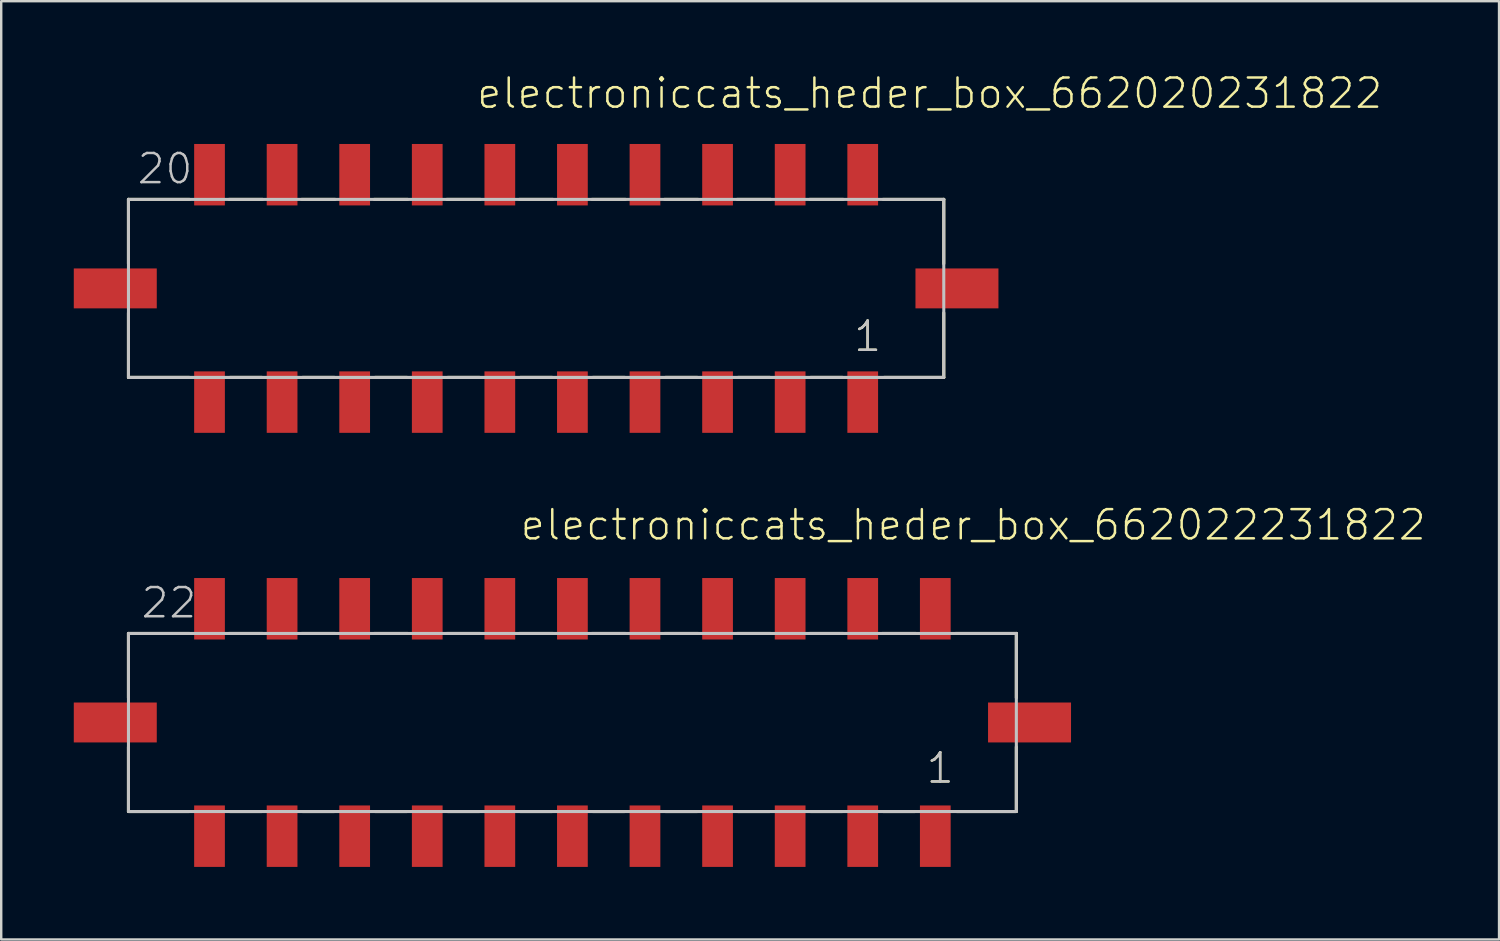
<source format=kicad_pcb>
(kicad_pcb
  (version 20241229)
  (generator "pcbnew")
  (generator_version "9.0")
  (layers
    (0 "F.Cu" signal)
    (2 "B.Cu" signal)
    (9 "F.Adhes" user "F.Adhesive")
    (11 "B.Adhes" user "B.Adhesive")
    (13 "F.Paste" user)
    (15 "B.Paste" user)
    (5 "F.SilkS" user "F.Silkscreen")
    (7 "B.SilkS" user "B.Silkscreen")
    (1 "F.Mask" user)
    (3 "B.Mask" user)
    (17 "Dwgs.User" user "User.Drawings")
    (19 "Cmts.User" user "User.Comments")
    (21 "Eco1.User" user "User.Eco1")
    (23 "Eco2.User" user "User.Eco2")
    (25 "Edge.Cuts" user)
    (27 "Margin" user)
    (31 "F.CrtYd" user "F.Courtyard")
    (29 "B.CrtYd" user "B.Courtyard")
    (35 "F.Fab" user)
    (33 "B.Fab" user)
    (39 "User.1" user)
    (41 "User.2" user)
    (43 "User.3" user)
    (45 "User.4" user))
  (footprint "electroniccats_heder_box_662020231822"
    (layer "F.Cu")
    (at 19.11 8.871)
    (property "Reference" "electroniccats_heder_box_662020231822" (at -2.52 -7.36 0) (layer "F.SilkS") (effects (font (size 1.206 1.206) (thickness 0.102)) (justify left bottom)))
    (attr through_hole)
    (fp_line (start -16.85 -3.68) (end -16.85 -1.02) (stroke (width 0.127) (type solid)) (layer "F.SilkS"))
    (fp_line (start -16.85 1.01) (end -16.85 3.68) (stroke (width 0.127) (type solid)) (layer "F.SilkS"))
    (fp_line (start -14.33 -3.68) (end -16.85 -3.68) (stroke (width 0.127) (type solid)) (layer "F.SilkS"))
    (fp_line (start -14.33 3.68) (end -16.85 3.68) (stroke (width 0.127) (type solid)) (layer "F.SilkS"))
    (fp_line (start -12.69 -3.68) (end -11.31 -3.68) (stroke (width 0.127) (type solid)) (layer "F.SilkS"))
    (fp_line (start -12.66 3.68) (end -11.33 3.68) (stroke (width 0.127) (type solid)) (layer "F.SilkS"))
    (fp_line (start -9.69 -3.68) (end -8.31 -3.68) (stroke (width 0.127) (type solid)) (layer "F.SilkS"))
    (fp_line (start -9.66 3.68) (end -8.33 3.68) (stroke (width 0.127) (type solid)) (layer "F.SilkS"))
    (fp_line (start -6.69 -3.68) (end -5.31 -3.68) (stroke (width 0.127) (type solid)) (layer "F.SilkS"))
    (fp_line (start -6.66 3.68) (end -5.33 3.68) (stroke (width 0.127) (type solid)) (layer "F.SilkS"))
    (fp_line (start -3.69 -3.68) (end -2.31 -3.68) (stroke (width 0.127) (type solid)) (layer "F.SilkS"))
    (fp_line (start -3.66 3.68) (end -2.33 3.68) (stroke (width 0.127) (type solid)) (layer "F.SilkS"))
    (fp_line (start -0.69 -3.68) (end 0.69 -3.68) (stroke (width 0.127) (type solid)) (layer "F.SilkS"))
    (fp_line (start -0.66 3.68) (end 0.67 3.68) (stroke (width 0.127) (type solid)) (layer "F.SilkS"))
    (fp_line (start 2.31 -3.68) (end 3.69 -3.68) (stroke (width 0.127) (type solid)) (layer "F.SilkS"))
    (fp_line (start 2.34 3.68) (end 3.67 3.68) (stroke (width 0.127) (type solid)) (layer "F.SilkS"))
    (fp_line (start 5.31 -3.68) (end 6.69 -3.68) (stroke (width 0.127) (type solid)) (layer "F.SilkS"))
    (fp_line (start 5.34 3.68) (end 6.67 3.68) (stroke (width 0.127) (type solid)) (layer "F.SilkS"))
    (fp_line (start 8.31 -3.68) (end 9.69 -3.68) (stroke (width 0.127) (type solid)) (layer "F.SilkS"))
    (fp_line (start 8.34 3.68) (end 9.67 3.68) (stroke (width 0.127) (type solid)) (layer "F.SilkS"))
    (fp_line (start 11.31 -3.68) (end 12.69 -3.68) (stroke (width 0.127) (type solid)) (layer "F.SilkS"))
    (fp_line (start 11.34 3.68) (end 12.67 3.68) (stroke (width 0.127) (type solid)) (layer "F.SilkS"))
    (fp_line (start 14.34 -3.68) (end 16.85 -3.68) (stroke (width 0.127) (type solid)) (layer "F.SilkS"))
    (fp_line (start 16.85 -3.68) (end 16.85 -1.02) (stroke (width 0.127) (type solid)) (layer "F.SilkS"))
    (fp_line (start 16.85 1.01) (end 16.85 3.68) (stroke (width 0.127) (type solid)) (layer "F.SilkS"))
    (fp_line (start 16.85 3.68) (end 14.38 3.68) (stroke (width 0.127) (type solid)) (layer "F.SilkS"))
    (fp_line (start -16.85 -3.68) (end 16.85 -3.68) (stroke (width 0.127) (type solid)) (layer "Dwgs.User"))
    (fp_line (start -16.85 3.68) (end -16.85 -3.68) (stroke (width 0.127) (type solid)) (layer "Dwgs.User"))
    (fp_line (start 16.85 -3.68) (end 16.85 3.68) (stroke (width 0.127) (type solid)) (layer "Dwgs.User"))
    (fp_line (start 16.85 3.68) (end -16.85 3.68) (stroke (width 0.127) (type solid)) (layer "Dwgs.User"))
    (fp_text user "1" (at 13.06 2.69 0) (layer "F.SilkS") (effects (font (size 1.206 1.206) (thickness 0.102)) (justify left bottom)))
    (fp_text user "1" (at 13.06 2.69 0) (layer "Dwgs.User") (effects (font (size 1.206 1.206) (thickness 0.102)) (justify left bottom)))
    (fp_text user "20" (at -16.555 -4.24 0) (layer "Dwgs.User") (effects (font (size 1.206 1.206) (thickness 0.102)) (justify left bottom)))
    (pad "1" smd rect (at 13.5 4.7 90) (size 2.54 1.27) (layers "F.Cu" "F.Mask" "F.Paste"))
    (pad "2" smd rect (at 10.5 4.7 90) (size 2.54 1.27) (layers "F.Cu" "F.Mask" "F.Paste"))
    (pad "3" smd rect (at 7.5 4.7 90) (size 2.54 1.27) (layers "F.Cu" "F.Mask" "F.Paste"))
    (pad "4" smd rect (at 4.5 4.7 90) (size 2.54 1.27) (layers "F.Cu" "F.Mask" "F.Paste"))
    (pad "5" smd rect (at 1.5 4.7 90) (size 2.54 1.27) (layers "F.Cu" "F.Mask" "F.Paste"))
    (pad "6" smd rect (at -1.5 4.7 90) (size 2.54 1.27) (layers "F.Cu" "F.Mask" "F.Paste"))
    (pad "7" smd rect (at -4.5 4.7 90) (size 2.54 1.27) (layers "F.Cu" "F.Mask" "F.Paste"))
    (pad "8" smd rect (at -7.5 4.7 90) (size 2.54 1.27) (layers "F.Cu" "F.Mask" "F.Paste"))
    (pad "9" smd rect (at -10.5 4.7 90) (size 2.54 1.27) (layers "F.Cu" "F.Mask" "F.Paste"))
    (pad "10" smd rect (at -13.5 4.7 90) (size 2.54 1.27) (layers "F.Cu" "F.Mask" "F.Paste"))
    (pad "11" smd rect (at 13.5 -4.7 90) (size 2.54 1.27) (layers "F.Cu" "F.Mask" "F.Paste"))
    (pad "12" smd rect (at 10.5 -4.7 90) (size 2.54 1.27) (layers "F.Cu" "F.Mask" "F.Paste"))
    (pad "13" smd rect (at 7.5 -4.7 90) (size 2.54 1.27) (layers "F.Cu" "F.Mask" "F.Paste"))
    (pad "14" smd rect (at 4.5 -4.7 90) (size 2.54 1.27) (layers "F.Cu" "F.Mask" "F.Paste"))
    (pad "15" smd rect (at 1.5 -4.7 90) (size 2.54 1.27) (layers "F.Cu" "F.Mask" "F.Paste"))
    (pad "16" smd rect (at -1.5 -4.7 90) (size 2.54 1.27) (layers "F.Cu" "F.Mask" "F.Paste"))
    (pad "17" smd rect (at -4.5 -4.7 90) (size 2.54 1.27) (layers "F.Cu" "F.Mask" "F.Paste"))
    (pad "18" smd rect (at -7.5 -4.7 90) (size 2.54 1.27) (layers "F.Cu" "F.Mask" "F.Paste"))
    (pad "19" smd rect (at -10.5 -4.7 90) (size 2.54 1.27) (layers "F.Cu" "F.Mask" "F.Paste"))
    (pad "20" smd rect (at -13.5 -4.7 90) (size 2.54 1.27) (layers "F.Cu" "F.Mask" "F.Paste"))
    (pad "M1" smd rect (at 17.395 0 180) (size 3.43 1.65) (layers "F.Cu" "F.Mask" "F.Paste"))
    (pad "M2" smd rect (at -17.395 0 180) (size 3.43 1.65) (layers "F.Cu" "F.Mask" "F.Paste")))
  (footprint "electroniccats_heder_box_662022231822"
    (layer "F.Cu")
    (at 20.61 26.813)
    (property "Reference" "electroniccats_heder_box_662022231822" (at -2.22 -7.46 0) (layer "F.SilkS") (effects (font (size 1.206 1.206) (thickness 0.102)) (justify left bottom)))
    (attr through_hole)
    (fp_line (start -18.35 -3.68) (end -18.35 -1.02) (stroke (width 0.127) (type solid)) (layer "F.SilkS"))
    (fp_line (start -18.35 1.01) (end -18.35 3.68) (stroke (width 0.127) (type solid)) (layer "F.SilkS"))
    (fp_line (start -15.83 -3.68) (end -18.35 -3.68) (stroke (width 0.127) (type solid)) (layer "F.SilkS"))
    (fp_line (start -15.83 3.68) (end -18.35 3.68) (stroke (width 0.127) (type solid)) (layer "F.SilkS"))
    (fp_line (start -14.19 -3.68) (end -12.81 -3.68) (stroke (width 0.127) (type solid)) (layer "F.SilkS"))
    (fp_line (start -14.16 3.68) (end -12.83 3.68) (stroke (width 0.127) (type solid)) (layer "F.SilkS"))
    (fp_line (start -11.19 -3.68) (end -9.81 -3.68) (stroke (width 0.127) (type solid)) (layer "F.SilkS"))
    (fp_line (start -11.16 3.68) (end -9.83 3.68) (stroke (width 0.127) (type solid)) (layer "F.SilkS"))
    (fp_line (start -8.19 -3.68) (end -6.81 -3.68) (stroke (width 0.127) (type solid)) (layer "F.SilkS"))
    (fp_line (start -8.16 3.68) (end -6.83 3.68) (stroke (width 0.127) (type solid)) (layer "F.SilkS"))
    (fp_line (start -5.19 -3.68) (end -3.81 -3.68) (stroke (width 0.127) (type solid)) (layer "F.SilkS"))
    (fp_line (start -5.16 3.68) (end -3.83 3.68) (stroke (width 0.127) (type solid)) (layer "F.SilkS"))
    (fp_line (start -2.19 -3.68) (end -0.81 -3.68) (stroke (width 0.127) (type solid)) (layer "F.SilkS"))
    (fp_line (start -2.16 3.68) (end -0.83 3.68) (stroke (width 0.127) (type solid)) (layer "F.SilkS"))
    (fp_line (start 0.81 -3.68) (end 2.19 -3.68) (stroke (width 0.127) (type solid)) (layer "F.SilkS"))
    (fp_line (start 0.84 3.68) (end 2.17 3.68) (stroke (width 0.127) (type solid)) (layer "F.SilkS"))
    (fp_line (start 3.81 -3.68) (end 5.19 -3.68) (stroke (width 0.127) (type solid)) (layer "F.SilkS"))
    (fp_line (start 3.84 3.68) (end 5.17 3.68) (stroke (width 0.127) (type solid)) (layer "F.SilkS"))
    (fp_line (start 6.81 -3.68) (end 8.19 -3.68) (stroke (width 0.127) (type solid)) (layer "F.SilkS"))
    (fp_line (start 6.84 3.68) (end 8.17 3.68) (stroke (width 0.127) (type solid)) (layer "F.SilkS"))
    (fp_line (start 9.81 -3.68) (end 11.19 -3.68) (stroke (width 0.127) (type solid)) (layer "F.SilkS"))
    (fp_line (start 9.84 3.68) (end 11.17 3.68) (stroke (width 0.127) (type solid)) (layer "F.SilkS"))
    (fp_line (start 12.81 -3.68) (end 14.19 -3.68) (stroke (width 0.127) (type solid)) (layer "F.SilkS"))
    (fp_line (start 12.84 3.68) (end 14.17 3.68) (stroke (width 0.127) (type solid)) (layer "F.SilkS"))
    (fp_line (start 15.84 -3.68) (end 18.35 -3.68) (stroke (width 0.127) (type solid)) (layer "F.SilkS"))
    (fp_line (start 18.35 -3.68) (end 18.35 -1.02) (stroke (width 0.127) (type solid)) (layer "F.SilkS"))
    (fp_line (start 18.35 1.01) (end 18.35 3.68) (stroke (width 0.127) (type solid)) (layer "F.SilkS"))
    (fp_line (start 18.35 3.68) (end 15.88 3.68) (stroke (width 0.127) (type solid)) (layer "F.SilkS"))
    (fp_line (start -18.35 -3.68) (end 18.35 -3.68) (stroke (width 0.127) (type solid)) (layer "Dwgs.User"))
    (fp_line (start -18.35 3.68) (end -18.35 -3.68) (stroke (width 0.127) (type solid)) (layer "Dwgs.User"))
    (fp_line (start 18.35 -3.68) (end 18.35 3.68) (stroke (width 0.127) (type solid)) (layer "Dwgs.User"))
    (fp_line (start 18.35 3.68) (end -18.35 3.68) (stroke (width 0.127) (type solid)) (layer "Dwgs.User"))
    (fp_text user "1" (at 14.56 2.59 0) (layer "F.SilkS") (effects (font (size 1.206 1.206) (thickness 0.102)) (justify left bottom)))
    (fp_text user "22" (at -17.895 -4.24 0) (layer "Dwgs.User") (effects (font (size 1.206 1.206) (thickness 0.102)) (justify left bottom)))
    (fp_text user "1" (at 14.56 2.59 0) (layer "Dwgs.User") (effects (font (size 1.206 1.206) (thickness 0.102)) (justify left bottom)))
    (pad "1" smd rect (at 15 4.7 90) (size 2.54 1.27) (layers "F.Cu" "F.Mask" "F.Paste"))
    (pad "2" smd rect (at 12 4.7 90) (size 2.54 1.27) (layers "F.Cu" "F.Mask" "F.Paste"))
    (pad "3" smd rect (at 9 4.7 90) (size 2.54 1.27) (layers "F.Cu" "F.Mask" "F.Paste"))
    (pad "4" smd rect (at 6 4.7 90) (size 2.54 1.27) (layers "F.Cu" "F.Mask" "F.Paste"))
    (pad "5" smd rect (at 3 4.7 90) (size 2.54 1.27) (layers "F.Cu" "F.Mask" "F.Paste"))
    (pad "6" smd rect (at 0 4.7 90) (size 2.54 1.27) (layers "F.Cu" "F.Mask" "F.Paste"))
    (pad "7" smd rect (at -3 4.7 90) (size 2.54 1.27) (layers "F.Cu" "F.Mask" "F.Paste"))
    (pad "8" smd rect (at -6 4.7 90) (size 2.54 1.27) (layers "F.Cu" "F.Mask" "F.Paste"))
    (pad "9" smd rect (at -9 4.7 90) (size 2.54 1.27) (layers "F.Cu" "F.Mask" "F.Paste"))
    (pad "10" smd rect (at -12 4.7 90) (size 2.54 1.27) (layers "F.Cu" "F.Mask" "F.Paste"))
    (pad "11" smd rect (at -15 4.7 90) (size 2.54 1.27) (layers "F.Cu" "F.Mask" "F.Paste"))
    (pad "12" smd rect (at 15 -4.7 90) (size 2.54 1.27) (layers "F.Cu" "F.Mask" "F.Paste"))
    (pad "13" smd rect (at 12 -4.7 90) (size 2.54 1.27) (layers "F.Cu" "F.Mask" "F.Paste"))
    (pad "14" smd rect (at 9 -4.7 90) (size 2.54 1.27) (layers "F.Cu" "F.Mask" "F.Paste"))
    (pad "15" smd rect (at 6 -4.7 90) (size 2.54 1.27) (layers "F.Cu" "F.Mask" "F.Paste"))
    (pad "16" smd rect (at 3 -4.7 90) (size 2.54 1.27) (layers "F.Cu" "F.Mask" "F.Paste"))
    (pad "17" smd rect (at 0 -4.7 90) (size 2.54 1.27) (layers "F.Cu" "F.Mask" "F.Paste"))
    (pad "18" smd rect (at -3 -4.7 90) (size 2.54 1.27) (layers "F.Cu" "F.Mask" "F.Paste"))
    (pad "19" smd rect (at -6 -4.7 90) (size 2.54 1.27) (layers "F.Cu" "F.Mask" "F.Paste"))
    (pad "20" smd rect (at -9 -4.7 90) (size 2.54 1.27) (layers "F.Cu" "F.Mask" "F.Paste"))
    (pad "21" smd rect (at -12 -4.7 90) (size 2.54 1.27) (layers "F.Cu" "F.Mask" "F.Paste"))
    (pad "22" smd rect (at -15 -4.7 90) (size 2.54 1.27) (layers "F.Cu" "F.Mask" "F.Paste"))
    (pad "M1" smd rect (at 18.895 0 180) (size 3.43 1.65) (layers "F.Cu" "F.Mask" "F.Paste"))
    (pad "M2" smd rect (at -18.895 0 180) (size 3.43 1.65) (layers "F.Cu" "F.Mask" "F.Paste")))
  (gr_rect
    (start -3 -3)
    (end 58.912 35.783)
    (stroke (width 0.1) (type default))
    (fill no)
    (layer "Edge.Cuts")))
</source>
